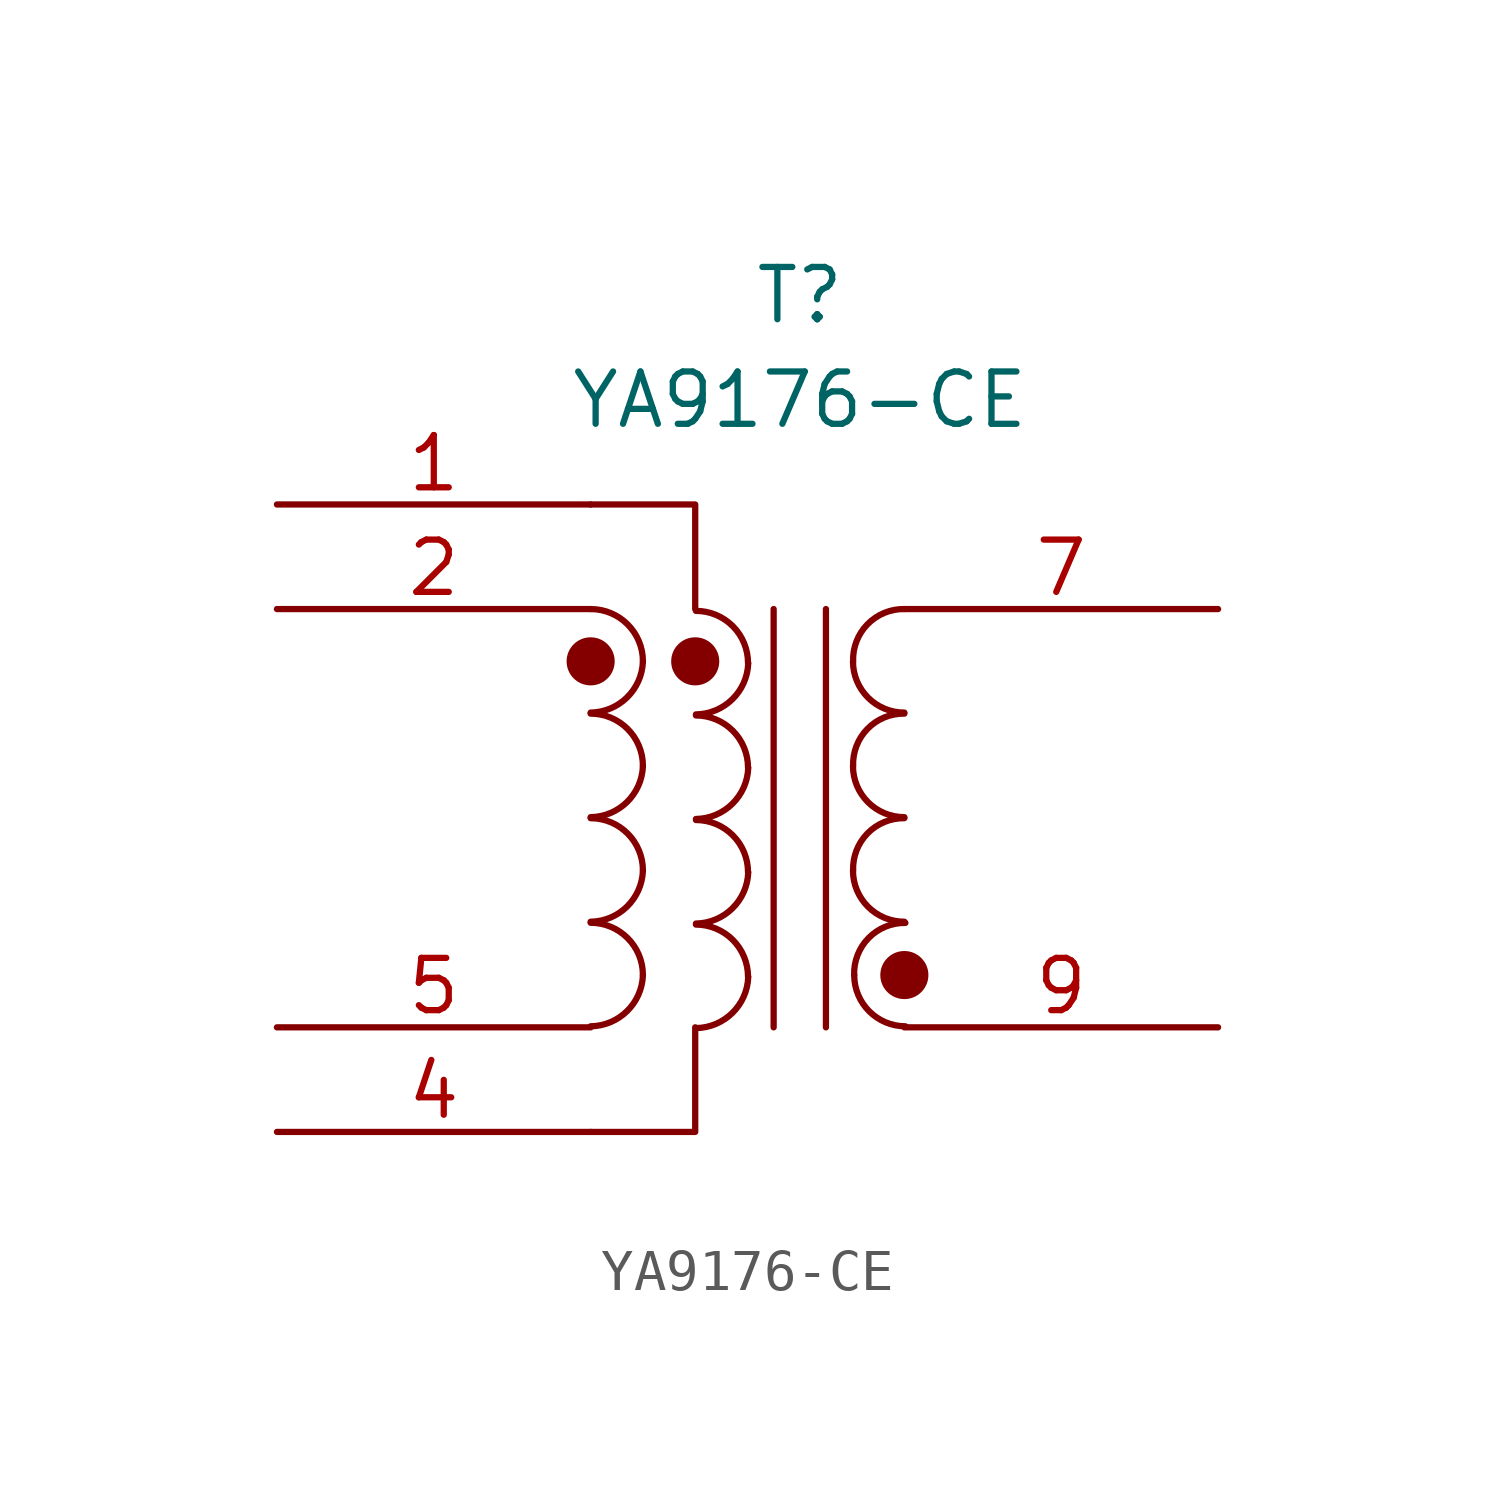
<source format=kicad_sym>
(kicad_symbol_lib
  (version 20241209)
  (generator "kicad_symbol_editor")
  (generator_version "9.0")
  (symbol "YA9176-CE"
    (pin_names
      (hide yes))
    (property "Reference" "T"
      (at 0 5.08 0)
      (effects (font (size 1.27 1.27))))
    (property "Value" "YA9176-CE"
      (at 0 2.54 0)
      (effects (font (size 1.27 1.27))))
    (symbol "YA9176-CE_0_1"
      (arc (start -3.81 -3.81) (mid -4.196 -4.6864) (end -5.08 -5.0546) (stroke (width 0) (type default)) (fill (type none)))
      (arc (start -3.81 -6.35) (mid -4.196 -7.2264) (end -5.08 -7.5946) (stroke (width 0) (type default)) (fill (type none)))
      (arc (start -3.81 -8.89) (mid -4.196 -9.7664) (end -5.08 -10.1346) (stroke (width 0) (type default)) (fill (type none)))
      (arc (start -3.81 -11.43) (mid -4.196 -12.3064) (end -5.08 -12.6746) (stroke (width 0) (type default)) (fill (type none)))
      (arc (start -5.08 -2.54) (mid -4.182 -2.912) (end -3.81 -3.81) (stroke (width 0) (type default)) (fill (type none)))
      (arc (start -5.08 -5.08) (mid -4.182 -5.452) (end -3.81 -6.35) (stroke (width 0) (type default)) (fill (type none)))
      (arc (start -5.08 -7.62) (mid -4.182 -7.992) (end -3.81 -8.89) (stroke (width 0) (type default)) (fill (type none)))
      (arc (start -5.08 -10.16) (mid -4.182 -10.532) (end -3.81 -11.43) (stroke (width 0) (type default)) (fill (type none)))
      (polyline (pts (xy -5.08 0) (xy -2.54 0) (xy -2.54 -2.54)) (stroke (width 0) (type default)) (fill (type none)))
      (arc (start -1.2519 -3.8541) (mid -1.6379 -4.7305) (end -2.5219 -5.0987) (stroke (width 0) (type default)) (fill (type none)))
      (arc (start -1.2519 -6.3941) (mid -1.6379 -7.2705) (end -2.5219 -7.6387) (stroke (width 0) (type default)) (fill (type none)))
      (arc (start -1.2519 -8.9341) (mid -1.6379 -9.8105) (end -2.5219 -10.1787) (stroke (width 0) (type default)) (fill (type none)))
      (arc (start -1.2519 -11.4741) (mid -1.6379 -12.3505) (end -2.5219 -12.7187) (stroke (width 0) (type default)) (fill (type none)))
      (polyline (pts (xy -2.54 -12.7) (xy -2.54 -15.24) (xy -5.08 -15.24)) (stroke (width 0) (type default)) (fill (type none)))
      (arc (start -2.5219 -2.5841) (mid -1.6239 -2.9561) (end -1.2519 -3.8541) (stroke (width 0) (type default)) (fill (type none)))
      (arc (start -2.5219 -5.1241) (mid -1.6239 -5.4961) (end -1.2519 -6.3941) (stroke (width 0) (type default)) (fill (type none)))
      (arc (start -2.5219 -7.6641) (mid -1.6239 -8.0361) (end -1.2519 -8.9341) (stroke (width 0) (type default)) (fill (type none)))
      (arc (start -2.5219 -10.2041) (mid -1.6239 -10.5761) (end -1.2519 -11.4741) (stroke (width 0) (type default)) (fill (type none)))
      (polyline (pts (xy -0.635 -2.54) (xy -0.635 -12.7)) (stroke (width 0) (type default)) (fill (type none)))
      (polyline (pts (xy 0.635 -12.7) (xy 0.635 -2.54)) (stroke (width 0) (type default)) (fill (type none)))
      (arc (start 1.2954 -3.81) (mid 1.6457 -2.9083) (end 2.54 -2.54) (stroke (width 0) (type default)) (fill (type none)))
      (arc (start 1.2954 -6.35) (mid 1.6457 -5.4483) (end 2.54 -5.08) (stroke (width 0) (type default)) (fill (type none)))
      (arc (start 1.2954 -8.89) (mid 1.6457 -7.9883) (end 2.54 -7.62) (stroke (width 0) (type default)) (fill (type none)))
      (arc (start 2.54 -5.0546) (mid 1.6599 -4.6901) (end 1.2954 -3.81) (stroke (width 0) (type default)) (fill (type none)))
      (arc (start 2.54 -7.5946) (mid 1.6599 -7.2301) (end 1.2954 -6.35) (stroke (width 0) (type default)) (fill (type none)))
      (arc (start 2.54 -10.1346) (mid 1.6599 -9.7701) (end 1.2954 -8.89) (stroke (width 0) (type default)) (fill (type none)))
      (arc (start 1.3208 -11.43) (mid 1.6711 -10.5285) (end 2.5654 -10.16) (stroke (width 0) (type default)) (fill (type none)))
      (arc (start 2.5654 -12.6746) (mid 1.6851 -12.3102) (end 1.3208 -11.43) (stroke (width 0) (type default)) (fill (type none))))
    (symbol "YA9176-CE_1_1"
      (circle (center -5.08 -3.81) (radius 0.508) (stroke (width 0) (type solid)) (fill (type outline)))
      (circle (center -2.54 -3.81) (radius 0.508) (stroke (width 0) (type solid)) (fill (type outline)))
      (circle (center 2.54 -11.43) (radius 0.508) (stroke (width 0) (type solid)) (fill (type outline)))
      (pin passive line (at -12.7 0 0) (length 7.62) (name "AA" (effects (font (size 1.27 1.27)))) (number "1" (effects (font (size 1.27 1.27)))))
      (pin passive line (at -12.7 -2.54 0) (length 7.62) (name "BA" (effects (font (size 1.27 1.27)))) (number "2" (effects (font (size 1.27 1.27)))))
      (pin passive line (at -12.7 -12.7 0) (length 7.62) (name "BB" (effects (font (size 1.27 1.27)))) (number "5" (effects (font (size 1.27 1.27)))))
      (pin passive line (at -12.7 -15.24 0) (length 7.62) (name "AB" (effects (font (size 1.27 1.27)))) (number "4" (effects (font (size 1.27 1.27)))))
      (pin passive line (at 10.16 -2.54 180) (length 7.62) (name "SA" (effects (font (size 1.27 1.27)))) (number "7" (effects (font (size 1.27 1.27)))))
      (pin passive line (at 10.16 -12.7 180) (length 7.62) (name "SB" (effects (font (size 1.27 1.27)))) (number "9" (effects (font (size 1.27 1.27))))))))
</source>
